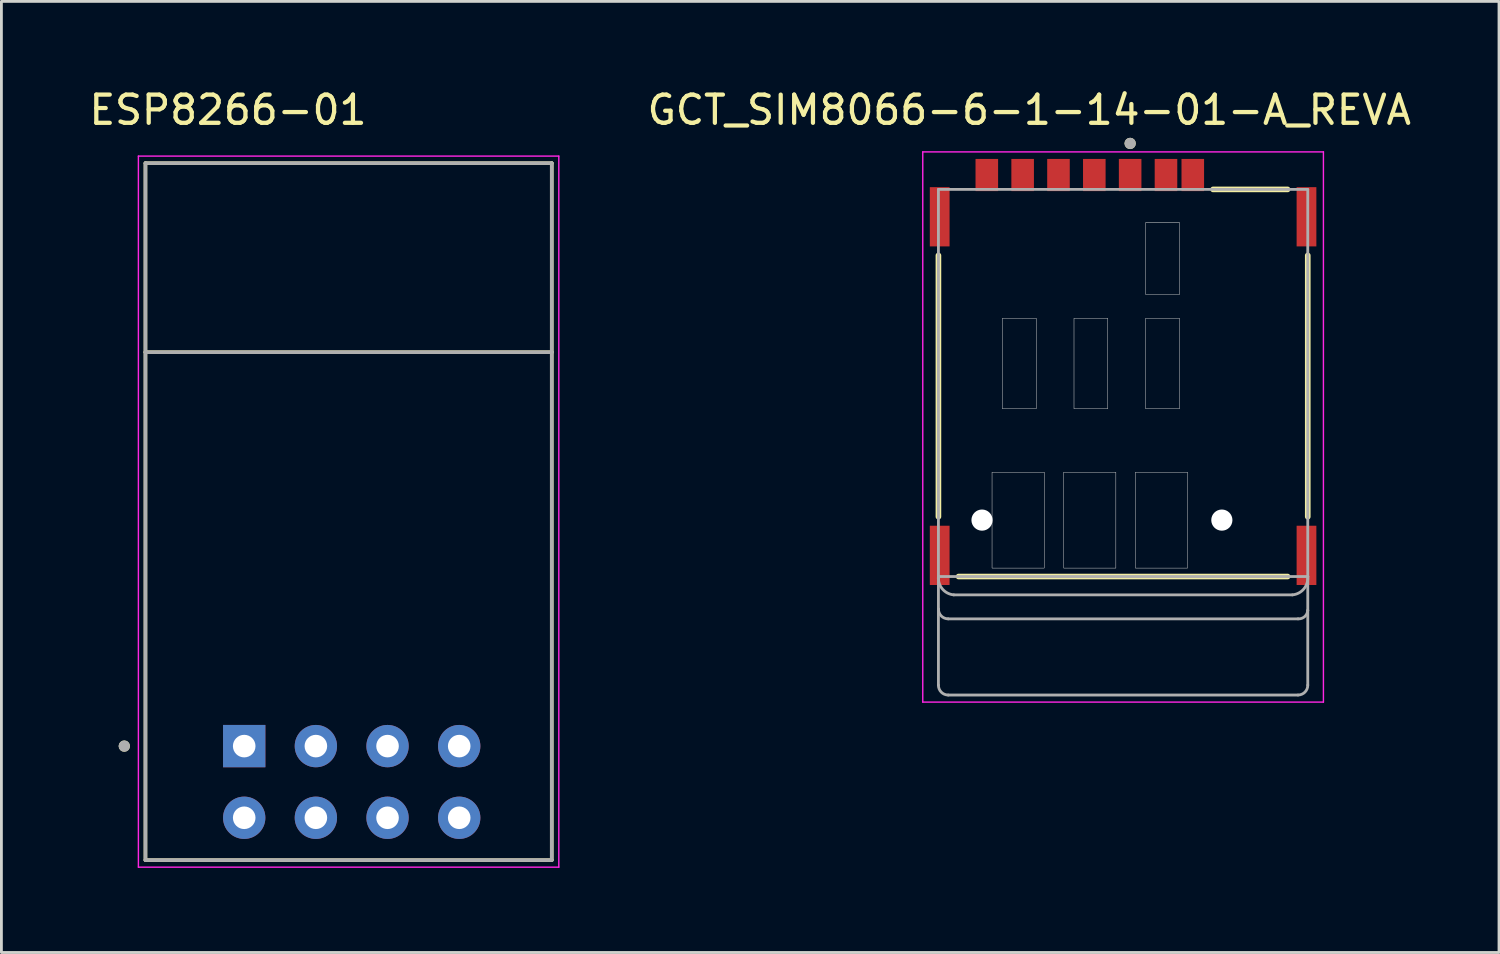
<source format=kicad_pcb>
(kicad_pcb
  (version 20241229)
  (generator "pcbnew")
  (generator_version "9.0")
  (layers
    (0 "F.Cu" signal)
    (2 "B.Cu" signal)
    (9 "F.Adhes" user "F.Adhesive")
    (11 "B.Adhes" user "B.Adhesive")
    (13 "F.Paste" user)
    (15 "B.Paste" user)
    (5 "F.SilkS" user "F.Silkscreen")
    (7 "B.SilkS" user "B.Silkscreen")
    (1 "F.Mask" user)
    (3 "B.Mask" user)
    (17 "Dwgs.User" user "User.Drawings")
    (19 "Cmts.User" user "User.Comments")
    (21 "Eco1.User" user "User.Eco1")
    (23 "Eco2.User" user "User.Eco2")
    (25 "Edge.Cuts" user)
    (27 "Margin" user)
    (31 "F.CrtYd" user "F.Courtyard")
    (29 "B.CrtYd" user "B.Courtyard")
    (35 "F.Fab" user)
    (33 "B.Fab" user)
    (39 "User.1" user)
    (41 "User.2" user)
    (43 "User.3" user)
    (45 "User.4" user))
  (footprint "GCT_SIM8066-6-1-14-01-A_REVA"
    (layer "F.Cu")
    (at 36.754 10.523)
    (property "Reference" "GCT_SIM8066-6-1-14-01-A_REVA" (at -3.325 -9.675 0) (layer "F.SilkS") (effects (font (size 1 1) (thickness 0.15))))
    (attr through_hole)
    (fp_line (start -6.545 -4.52) (end -6.545 4.74) (stroke (width 0.2) (type solid)) (layer "F.SilkS"))
    (fp_line (start -5.83 6.86) (end 5.83 6.86) (stroke (width 0.2) (type solid)) (layer "F.SilkS"))
    (fp_line (start 3.19 -6.86) (end 5.83 -6.86) (stroke (width 0.2) (type solid)) (layer "F.SilkS"))
    (fp_line (start 6.545 -4.52) (end 6.545 4.74) (stroke (width 0.2) (type solid)) (layer "F.SilkS"))
    (fp_circle (center 0.25 -8.49) (end 0.35 -8.49) (stroke (width 0.2) (type solid)) (fill no) (layer "F.SilkS"))
    (fp_poly (pts (xy -4.645 3.16) (xy -2.795 3.16) (xy -2.795 6.56) (xy -4.645 6.56)) (stroke (width 0.01) (type solid)) (fill no) (layer "Dwgs.User"))
    (fp_poly (pts (xy -4.645 3.16) (xy -2.795 3.16) (xy -2.795 6.56) (xy -4.645 6.56)) (stroke (width 0.01) (type solid)) (fill no) (layer "Dwgs.User"))
    (fp_poly (pts (xy -4.28 -2.295) (xy -3.08 -2.295) (xy -3.08 0.915) (xy -4.28 0.915)) (stroke (width 0.01) (type solid)) (fill no) (layer "Dwgs.User"))
    (fp_poly (pts (xy -4.28 -2.295) (xy -3.08 -2.295) (xy -3.08 0.915) (xy -4.28 0.915)) (stroke (width 0.01) (type solid)) (fill no) (layer "Dwgs.User"))
    (fp_poly (pts (xy -2.105 3.16) (xy -0.255 3.16) (xy -0.255 6.56) (xy -2.105 6.56)) (stroke (width 0.01) (type solid)) (fill no) (layer "Dwgs.User"))
    (fp_poly (pts (xy -2.105 3.16) (xy -0.255 3.16) (xy -0.255 6.56) (xy -2.105 6.56)) (stroke (width 0.01) (type solid)) (fill no) (layer "Dwgs.User"))
    (fp_poly (pts (xy -1.74 -2.295) (xy -0.54 -2.295) (xy -0.54 0.915) (xy -1.74 0.915)) (stroke (width 0.01) (type solid)) (fill no) (layer "Dwgs.User"))
    (fp_poly (pts (xy -1.74 -2.295) (xy -0.54 -2.295) (xy -0.54 0.915) (xy -1.74 0.915)) (stroke (width 0.01) (type solid)) (fill no) (layer "Dwgs.User"))
    (fp_poly (pts (xy 0.435 3.16) (xy 2.285 3.16) (xy 2.285 6.56) (xy 0.435 6.56)) (stroke (width 0.01) (type solid)) (fill no) (layer "Dwgs.User"))
    (fp_poly (pts (xy 0.435 3.16) (xy 2.285 3.16) (xy 2.285 6.56) (xy 0.435 6.56)) (stroke (width 0.01) (type solid)) (fill no) (layer "Dwgs.User"))
    (fp_poly (pts (xy 0.8 -5.685) (xy 2 -5.685) (xy 2 -3.135) (xy 0.8 -3.135)) (stroke (width 0.01) (type solid)) (fill no) (layer "Dwgs.User"))
    (fp_poly (pts (xy 0.8 -5.685) (xy 2 -5.685) (xy 2 -3.135) (xy 0.8 -3.135)) (stroke (width 0.01) (type solid)) (fill no) (layer "Dwgs.User"))
    (fp_poly (pts (xy 0.8 -2.295) (xy 2 -2.295) (xy 2 0.915) (xy 0.8 0.915)) (stroke (width 0.01) (type solid)) (fill no) (layer "Dwgs.User"))
    (fp_poly (pts (xy 0.8 -2.295) (xy 2 -2.295) (xy 2 0.915) (xy 0.8 0.915)) (stroke (width 0.01) (type solid)) (fill no) (layer "Dwgs.User"))
    (fp_line (start -7.1 -8.19) (end 7.1 -8.19) (stroke (width 0.05) (type solid)) (layer "F.CrtYd"))
    (fp_line (start -7.1 11.31) (end -7.1 -8.19) (stroke (width 0.05) (type solid)) (layer "F.CrtYd"))
    (fp_line (start 7.1 -8.19) (end 7.1 11.31) (stroke (width 0.05) (type solid)) (layer "F.CrtYd"))
    (fp_line (start 7.1 11.31) (end -7.1 11.31) (stroke (width 0.05) (type solid)) (layer "F.CrtYd"))
    (fp_line (start -6.545 -6.86) (end 6.545 -6.86) (stroke (width 0.1) (type solid)) (layer "F.Fab"))
    (fp_line (start -6.545 6.86) (end -6.545 -6.86) (stroke (width 0.1) (type solid)) (layer "F.Fab"))
    (fp_line (start -6.545 6.86) (end -6.545 8.01) (stroke (width 0.1) (type solid)) (layer "F.Fab"))
    (fp_line (start -6.545 8.01) (end -6.545 10.71) (stroke (width 0.1) (type solid)) (layer "F.Fab"))
    (fp_line (start -6.2 8.36) (end 6.2 8.36) (stroke (width 0.1) (type solid)) (layer "F.Fab"))
    (fp_line (start -6.2 11.06) (end 6.2 11.06) (stroke (width 0.1) (type solid)) (layer "F.Fab"))
    (fp_line (start -6 7.51) (end 6 7.51) (stroke (width 0.1) (type solid)) (layer "F.Fab"))
    (fp_line (start 6.545 -6.86) (end 6.545 6.86) (stroke (width 0.1) (type solid)) (layer "F.Fab"))
    (fp_line (start 6.545 6.86) (end -6.545 6.86) (stroke (width 0.1) (type solid)) (layer "F.Fab"))
    (fp_line (start 6.545 6.86) (end 6.545 8.06) (stroke (width 0.1) (type solid)) (layer "F.Fab"))
    (fp_line (start 6.545 8.06) (end 6.545 10.71) (stroke (width 0.1) (type solid)) (layer "F.Fab"))
    (fp_arc (start -6.2 8.36) (mid -6.444987 8.256452) (end -6.545 8.01) (stroke (width 0.1) (type solid)) (layer "F.Fab"))
    (fp_arc (start -6.2 11.06) (mid -6.444987 10.956452) (end -6.545 10.71) (stroke (width 0.1) (type solid)) (layer "F.Fab"))
    (fp_arc (start -6 7.51) (mid -6.407119 7.297873) (end -6.545 6.86) (stroke (width 0.1) (type solid)) (layer "F.Fab"))
    (fp_arc (start 6.545 6.86) (mid 6.407119 7.297873) (end 6 7.51) (stroke (width 0.1) (type solid)) (layer "F.Fab"))
    (fp_arc (start 6.545 8.06) (mid 6.434632 8.281452) (end 6.2 8.36) (stroke (width 0.1) (type solid)) (layer "F.Fab"))
    (fp_arc (start 6.545 10.71) (mid 6.444987 10.956452) (end 6.2 11.06) (stroke (width 0.1) (type solid)) (layer "F.Fab"))
    (fp_circle (center 0.25 -8.49) (end 0.35 -8.49) (stroke (width 0.2) (type solid)) (fill no) (layer "F.Fab"))
    (pad "" np_thru_hole circle (at -5 4.86) (size 0.75 0.75) (drill 0.75) (layers "*.Cu" "*.Mask"))
    (pad "" np_thru_hole circle (at 3.5 4.86) (size 0.75 0.75) (drill 0.75) (layers "*.Cu" "*.Mask"))
    (pad "1" smd rect (at 0.25 -7.37) (size 0.8 1.14) (layers "F.Cu" "F.Mask" "F.Paste"))
    (pad "2" smd rect (at -2.29 -7.37) (size 0.8 1.14) (layers "F.Cu" "F.Mask" "F.Paste"))
    (pad "3" smd rect (at -4.83 -7.37) (size 0.8 1.14) (layers "F.Cu" "F.Mask" "F.Paste"))
    (pad "5" smd rect (at -6.5 -5.89) (size 0.7 2.1) (layers "F.Cu" "F.Mask" "F.Paste"))
    (pad "5" smd rect (at -6.5 6.11) (size 0.7 2.1) (layers "F.Cu" "F.Mask" "F.Paste"))
    (pad "5" smd rect (at 1.52 -7.37) (size 0.8 1.14) (layers "F.Cu" "F.Mask" "F.Paste"))
    (pad "5" smd rect (at 6.5 -5.89) (size 0.7 2.1) (layers "F.Cu" "F.Mask" "F.Paste"))
    (pad "5" smd rect (at 6.5 6.11) (size 0.7 2.1) (layers "F.Cu" "F.Mask" "F.Paste"))
    (pad "6" smd rect (at -1.02 -7.37) (size 0.8 1.14) (layers "F.Cu" "F.Mask" "F.Paste"))
    (pad "7" smd rect (at -3.56 -7.37) (size 0.8 1.14) (layers "F.Cu" "F.Mask" "F.Paste"))
    (pad "CD" smd rect (at 2.47 -7.37) (size 0.8 1.14) (layers "F.Cu" "F.Mask" "F.Paste")))
  (footprint "ESP8266-01"
    (layer "F.Cu")
    (at 9.415 15.083)
    (property "Reference" "ESP8266-01" (at -4.385 -14.235 0) (layer "F.SilkS") (effects (font (size 1 1) (thickness 0.15))))
    (attr through_hole)
    (fp_line (start -7.31 -12.35) (end 7.09 -12.35) (stroke (width 0.127) (type solid)) (layer "F.SilkS"))
    (fp_line (start -7.31 -5.65) (end -7.31 -12.35) (stroke (width 0.127) (type solid)) (layer "F.SilkS"))
    (fp_line (start -7.31 12.35) (end -7.31 -5.65) (stroke (width 0.127) (type solid)) (layer "F.SilkS"))
    (fp_line (start 7.09 -12.35) (end 7.09 -5.65) (stroke (width 0.127) (type solid)) (layer "F.SilkS"))
    (fp_line (start 7.09 -5.65) (end -7.31 -5.65) (stroke (width 0.127) (type solid)) (layer "F.SilkS"))
    (fp_line (start 7.09 -5.65) (end 7.09 12.35) (stroke (width 0.127) (type solid)) (layer "F.SilkS"))
    (fp_line (start 7.09 12.35) (end -7.31 12.35) (stroke (width 0.127) (type solid)) (layer "F.SilkS"))
    (fp_circle (center -8.06 8.31) (end -7.96 8.31) (stroke (width 0.2) (type solid)) (fill no) (layer "F.SilkS"))
    (fp_line (start -7.56 -12.6) (end -7.56 12.6) (stroke (width 0.05) (type solid)) (layer "F.CrtYd"))
    (fp_line (start -7.56 12.6) (end 7.34 12.6) (stroke (width 0.05) (type solid)) (layer "F.CrtYd"))
    (fp_line (start 7.34 -12.6) (end -7.56 -12.6) (stroke (width 0.05) (type solid)) (layer "F.CrtYd"))
    (fp_line (start 7.34 12.6) (end 7.34 -12.6) (stroke (width 0.05) (type solid)) (layer "F.CrtYd"))
    (fp_line (start -7.31 -12.35) (end 7.09 -12.35) (stroke (width 0.127) (type solid)) (layer "F.Fab"))
    (fp_line (start -7.31 -5.65) (end -7.31 -12.35) (stroke (width 0.127) (type solid)) (layer "F.Fab"))
    (fp_line (start -7.31 12.35) (end -7.31 -5.65) (stroke (width 0.127) (type solid)) (layer "F.Fab"))
    (fp_line (start 7.09 -12.35) (end 7.09 -5.65) (stroke (width 0.127) (type solid)) (layer "F.Fab"))
    (fp_line (start 7.09 -5.65) (end -7.31 -5.65) (stroke (width 0.127) (type solid)) (layer "F.Fab"))
    (fp_line (start 7.09 -5.65) (end 7.09 12.35) (stroke (width 0.127) (type solid)) (layer "F.Fab"))
    (fp_line (start 7.09 12.35) (end -7.31 12.35) (stroke (width 0.127) (type solid)) (layer "F.Fab"))
    (fp_circle (center -8.06 8.31) (end -7.96 8.31) (stroke (width 0.2) (type solid)) (fill no) (layer "F.Fab"))
    (pad "1" thru_hole rect (at -3.81 8.31) (size 1.5 1.5) (drill 0.8) (layers "*.Cu" "*.Mask"))
    (pad "2" thru_hole circle (at -1.27 8.31) (size 1.5 1.5) (drill 0.8) (layers "*.Cu" "*.Mask"))
    (pad "3" thru_hole circle (at 1.27 8.31) (size 1.5 1.5) (drill 0.8) (layers "*.Cu" "*.Mask"))
    (pad "4" thru_hole circle (at 3.81 8.31) (size 1.5 1.5) (drill 0.8) (layers "*.Cu" "*.Mask"))
    (pad "5" thru_hole circle (at -3.81 10.85) (size 1.5 1.5) (drill 0.8) (layers "*.Cu" "*.Mask"))
    (pad "6" thru_hole circle (at -1.27 10.85) (size 1.5 1.5) (drill 0.8) (layers "*.Cu" "*.Mask"))
    (pad "7" thru_hole circle (at 1.27 10.85) (size 1.5 1.5) (drill 0.8) (layers "*.Cu" "*.Mask"))
    (pad "8" thru_hole circle (at 3.81 10.85) (size 1.5 1.5) (drill 0.8) (layers "*.Cu" "*.Mask"))
    (zone (net_name "") (layer "F.Cu") (hatch full 0.508) (connect_pads) (min_thickness 0.01) (filled_areas_thickness no) (keepout (tracks not_allowed) (vias not_allowed) (pads not_allowed) (copperpour not_allowed) (footprints allowed)) (placement (enabled no)) (fill) (polygon (pts (xy 2.105 2.733) (xy 16.505 2.733) (xy 16.505 9.433) (xy 2.105 9.433))))
    (zone (net_name "") (layers "F.Cu" "B.Cu") (hatch full 0.508) (connect_pads) (min_thickness 0.01) (filled_areas_thickness no) (keepout (tracks allowed) (vias not_allowed) (pads allowed) (copperpour allowed) (footprints allowed)) (placement (enabled no)) (fill) (polygon (pts (xy 2.105 2.733) (xy 16.505 2.733) (xy 16.505 9.433) (xy 2.105 9.433)))))
  (gr_rect
    (start -3 -3)
    (end 50.077 30.708)
    (stroke (width 0.1) (type default))
    (fill no)
    (layer "Edge.Cuts")))
</source>
